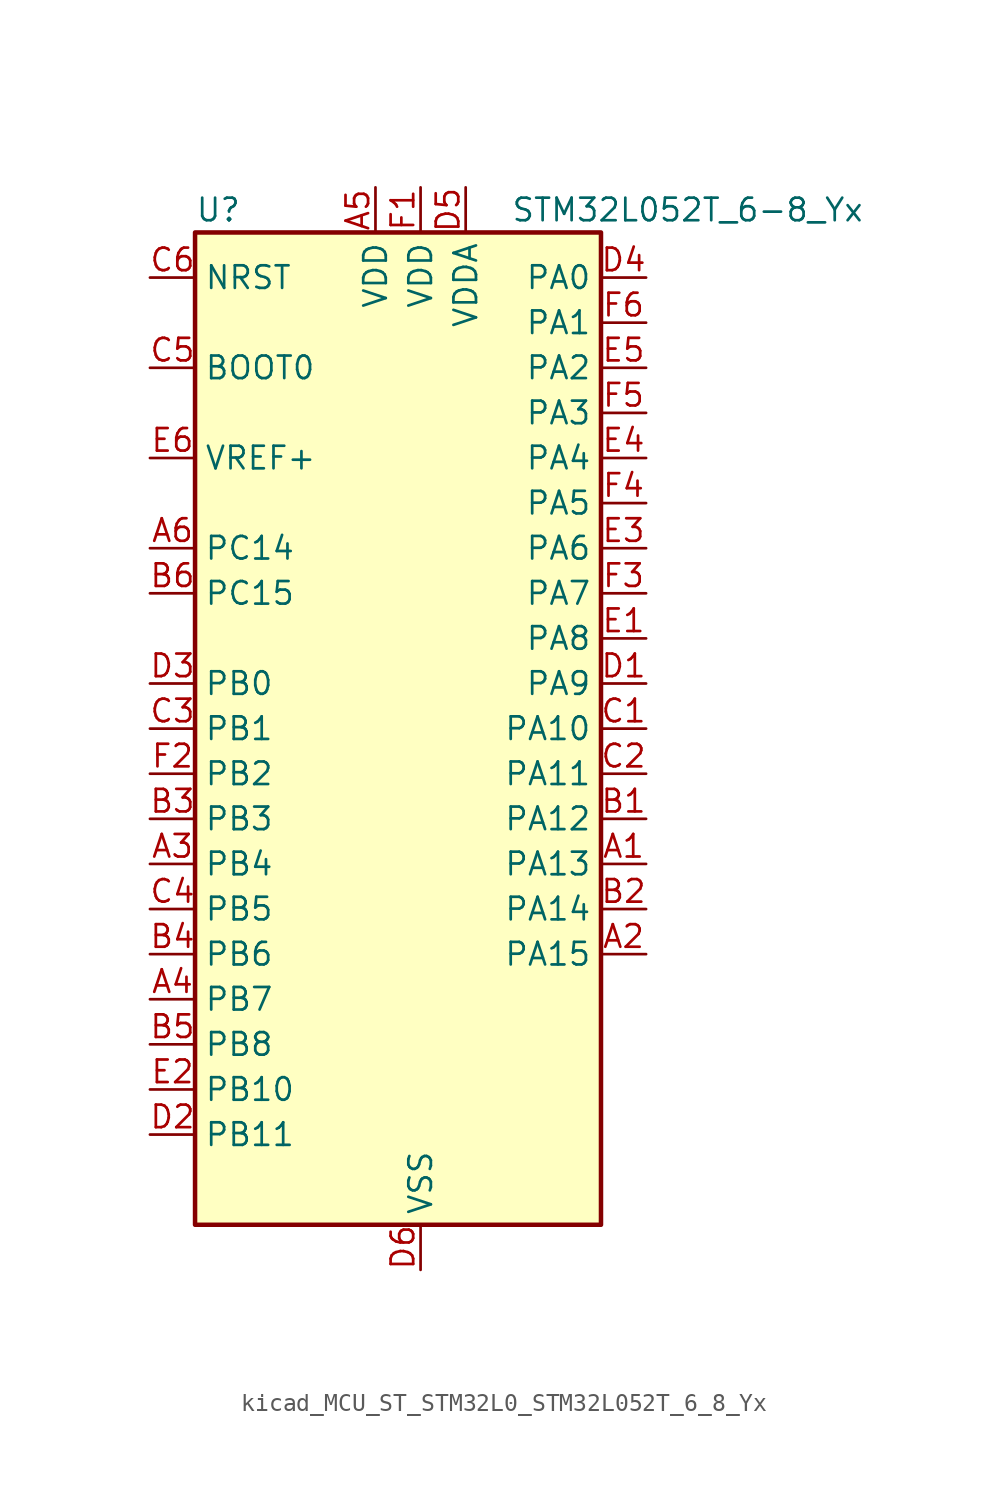
<source format=kicad_sym>
(kicad_symbol_lib
  (version 20220914)
  (generator kicad_symbol_editor)
  (symbol "kicad_MCU_ST_STM32L0_STM32L052T_6_8_Yx"
    (property "Reference" "U"
      (at -10.16 29.21 0)
      (effects (font (size 1.27 1.27)) (justify left)))
    (property "Value" "STM32L052T_6-8_Yx"
      (at 7.62 29.21 0)
      (effects (font (size 1.27 1.27)) (justify left)))
    (property "ki_locked" ""
      (at 0 0 0)
      (effects (font (size 1.27 1.27))))
    (symbol "kicad_MCU_ST_STM32L0_STM32L052T_6_8_Yx_0_1"
      (rectangle (start -10.16 -27.94) (end 12.7 27.94) (stroke (width 0.254) (type default)) (fill (type background))))
    (symbol "kicad_MCU_ST_STM32L0_STM32L052T_6_8_Yx_1_1"
      (pin bidirectional line (at 15.24 -7.62 180) (length 2.54) (name "PA13" (effects (font (size 1.27 1.27)))) (number "A1" (effects (font (size 1.27 1.27)))) (alternate "SYS_SWDIO" bidirectional line) (alternate "USB_NOE" bidirectional line))
      (pin bidirectional line (at 15.24 -12.7 180) (length 2.54) (name "PA15" (effects (font (size 1.27 1.27)))) (number "A2" (effects (font (size 1.27 1.27)))) (alternate "SPI1_NSS" bidirectional line) (alternate "TIM2_CH1" bidirectional line) (alternate "TIM2_ETR" bidirectional line) (alternate "USART2_RX" bidirectional line))
      (pin bidirectional line (at -12.7 -7.62 0) (length 2.54) (name "PB4" (effects (font (size 1.27 1.27)))) (number "A3" (effects (font (size 1.27 1.27)))) (alternate "COMP2_INP" bidirectional line) (alternate "SPI1_MISO" bidirectional line) (alternate "TIM22_CH1" bidirectional line) (alternate "TSC_G5_IO2" bidirectional line))
      (pin bidirectional line (at -12.7 -15.24 0) (length 2.54) (name "PB7" (effects (font (size 1.27 1.27)))) (number "A4" (effects (font (size 1.27 1.27)))) (alternate "COMP2_INP" bidirectional line) (alternate "I2C1_SDA" bidirectional line) (alternate "LPTIM1_IN2" bidirectional line) (alternate "SYS_PVD_IN" bidirectional line) (alternate "TSC_G5_IO4" bidirectional line) (alternate "USART1_RX" bidirectional line))
      (pin power_in line (at 0 30.48 270) (length 2.54) (name "VDD" (effects (font (size 1.27 1.27)))) (number "A5" (effects (font (size 1.27 1.27)))))
      (pin bidirectional line (at -12.7 10.16 0) (length 2.54) (name "PC14" (effects (font (size 1.27 1.27)))) (number "A6" (effects (font (size 1.27 1.27)))) (alternate "RCC_OSC32_IN" bidirectional line))
      (pin bidirectional line (at 15.24 -5.08 180) (length 2.54) (name "PA12" (effects (font (size 1.27 1.27)))) (number "B1" (effects (font (size 1.27 1.27)))) (alternate "COMP2_OUT" bidirectional line) (alternate "SPI1_MOSI" bidirectional line) (alternate "TSC_G4_IO4" bidirectional line) (alternate "USART1_DE" bidirectional line) (alternate "USART1_RTS" bidirectional line) (alternate "USB_DP" bidirectional line))
      (pin bidirectional line (at 15.24 -10.16 180) (length 2.54) (name "PA14" (effects (font (size 1.27 1.27)))) (number "B2" (effects (font (size 1.27 1.27)))) (alternate "SYS_SWCLK" bidirectional line) (alternate "USART2_TX" bidirectional line))
      (pin bidirectional line (at -12.7 -5.08 0) (length 2.54) (name "PB3" (effects (font (size 1.27 1.27)))) (number "B3" (effects (font (size 1.27 1.27)))) (alternate "COMP2_INM" bidirectional line) (alternate "SPI1_SCK" bidirectional line) (alternate "TIM2_CH2" bidirectional line) (alternate "TSC_G5_IO1" bidirectional line))
      (pin bidirectional line (at -12.7 -12.7 0) (length 2.54) (name "PB6" (effects (font (size 1.27 1.27)))) (number "B4" (effects (font (size 1.27 1.27)))) (alternate "COMP2_INP" bidirectional line) (alternate "I2C1_SCL" bidirectional line) (alternate "LPTIM1_ETR" bidirectional line) (alternate "TSC_G5_IO3" bidirectional line) (alternate "USART1_TX" bidirectional line))
      (pin bidirectional line (at -12.7 -17.78 0) (length 2.54) (name "PB8" (effects (font (size 1.27 1.27)))) (number "B5" (effects (font (size 1.27 1.27)))) (alternate "I2C1_SCL" bidirectional line) (alternate "TSC_SYNC" bidirectional line))
      (pin bidirectional line (at -12.7 7.62 0) (length 2.54) (name "PC15" (effects (font (size 1.27 1.27)))) (number "B6" (effects (font (size 1.27 1.27)))) (alternate "RCC_OSC32_OUT" bidirectional line))
      (pin bidirectional line (at 15.24 0 180) (length 2.54) (name "PA10" (effects (font (size 1.27 1.27)))) (number "C1" (effects (font (size 1.27 1.27)))) (alternate "TSC_G4_IO2" bidirectional line) (alternate "USART1_RX" bidirectional line))
      (pin bidirectional line (at 15.24 -2.54 180) (length 2.54) (name "PA11" (effects (font (size 1.27 1.27)))) (number "C2" (effects (font (size 1.27 1.27)))) (alternate "ADC_EXTI11" bidirectional line) (alternate "COMP1_OUT" bidirectional line) (alternate "SPI1_MISO" bidirectional line) (alternate "TSC_G4_IO3" bidirectional line) (alternate "USART1_CTS" bidirectional line) (alternate "USB_DM" bidirectional line))
      (pin bidirectional line (at -12.7 0 0) (length 2.54) (name "PB1" (effects (font (size 1.27 1.27)))) (number "C3" (effects (font (size 1.27 1.27)))) (alternate "ADC_IN9" bidirectional line) (alternate "LPUART1_DE" bidirectional line) (alternate "LPUART1_RTS" bidirectional line) (alternate "SYS_VREF_OUT_PB1" bidirectional line) (alternate "TSC_G3_IO3" bidirectional line))
      (pin bidirectional line (at -12.7 -10.16 0) (length 2.54) (name "PB5" (effects (font (size 1.27 1.27)))) (number "C4" (effects (font (size 1.27 1.27)))) (alternate "COMP2_INP" bidirectional line) (alternate "I2C1_SMBA" bidirectional line) (alternate "LPTIM1_IN1" bidirectional line) (alternate "SPI1_MOSI" bidirectional line) (alternate "TIM22_CH2" bidirectional line))
      (pin input line (at -12.7 20.32 0) (length 2.54) (name "BOOT0" (effects (font (size 1.27 1.27)))) (number "C5" (effects (font (size 1.27 1.27)))))
      (pin input line (at -12.7 25.4 0) (length 2.54) (name "NRST" (effects (font (size 1.27 1.27)))) (number "C6" (effects (font (size 1.27 1.27)))))
      (pin bidirectional line (at 15.24 2.54 180) (length 2.54) (name "PA9" (effects (font (size 1.27 1.27)))) (number "D1" (effects (font (size 1.27 1.27)))) (alternate "DAC_EXTI9" bidirectional line) (alternate "RCC_MCO" bidirectional line) (alternate "TSC_G4_IO1" bidirectional line) (alternate "USART1_TX" bidirectional line))
      (pin bidirectional line (at -12.7 -22.86 0) (length 2.54) (name "PB11" (effects (font (size 1.27 1.27)))) (number "D2" (effects (font (size 1.27 1.27)))) (alternate "ADC_EXTI11" bidirectional line) (alternate "I2C2_SDA" bidirectional line) (alternate "LPUART1_RX" bidirectional line) (alternate "TIM2_CH4" bidirectional line) (alternate "TSC_G6_IO1" bidirectional line))
      (pin bidirectional line (at -12.7 2.54 0) (length 2.54) (name "PB0" (effects (font (size 1.27 1.27)))) (number "D3" (effects (font (size 1.27 1.27)))) (alternate "ADC_IN8" bidirectional line) (alternate "SYS_VREF_OUT_PB0" bidirectional line) (alternate "TSC_G3_IO2" bidirectional line))
      (pin bidirectional line (at 15.24 25.4 180) (length 2.54) (name "PA0" (effects (font (size 1.27 1.27)))) (number "D4" (effects (font (size 1.27 1.27)))) (alternate "ADC_IN0" bidirectional line) (alternate "COMP1_INM" bidirectional line) (alternate "COMP1_OUT" bidirectional line) (alternate "RTC_TAMP2" bidirectional line) (alternate "SYS_WKUP1" bidirectional line) (alternate "TIM2_CH1" bidirectional line) (alternate "TIM2_ETR" bidirectional line) (alternate "TSC_G1_IO1" bidirectional line) (alternate "USART2_CTS" bidirectional line))
      (pin power_in line (at 5.08 30.48 270) (length 2.54) (name "VDDA" (effects (font (size 1.27 1.27)))) (number "D5" (effects (font (size 1.27 1.27)))))
      (pin power_in line (at 2.54 -30.48 90) (length 2.54) (name "VSS" (effects (font (size 1.27 1.27)))) (number "D6" (effects (font (size 1.27 1.27)))))
      (pin bidirectional line (at 15.24 5.08 180) (length 2.54) (name "PA8" (effects (font (size 1.27 1.27)))) (number "E1" (effects (font (size 1.27 1.27)))) (alternate "CRS_SYNC" bidirectional line) (alternate "RCC_MCO" bidirectional line) (alternate "USART1_CK" bidirectional line))
      (pin bidirectional line (at -12.7 -20.32 0) (length 2.54) (name "PB10" (effects (font (size 1.27 1.27)))) (number "E2" (effects (font (size 1.27 1.27)))) (alternate "I2C2_SCL" bidirectional line) (alternate "LPUART1_TX" bidirectional line) (alternate "TIM2_CH3" bidirectional line) (alternate "TSC_SYNC" bidirectional line))
      (pin bidirectional line (at 15.24 10.16 180) (length 2.54) (name "PA6" (effects (font (size 1.27 1.27)))) (number "E3" (effects (font (size 1.27 1.27)))) (alternate "ADC_IN6" bidirectional line) (alternate "COMP1_OUT" bidirectional line) (alternate "LPUART1_CTS" bidirectional line) (alternate "SPI1_MISO" bidirectional line) (alternate "TIM22_CH1" bidirectional line) (alternate "TSC_G2_IO3" bidirectional line))
      (pin bidirectional line (at 15.24 15.24 180) (length 2.54) (name "PA4" (effects (font (size 1.27 1.27)))) (number "E4" (effects (font (size 1.27 1.27)))) (alternate "ADC_IN4" bidirectional line) (alternate "COMP1_INM" bidirectional line) (alternate "COMP2_INM" bidirectional line) (alternate "DAC_OUT1" bidirectional line) (alternate "SPI1_NSS" bidirectional line) (alternate "TIM22_ETR" bidirectional line) (alternate "TSC_G2_IO1" bidirectional line) (alternate "USART2_CK" bidirectional line))
      (pin bidirectional line (at 15.24 20.32 180) (length 2.54) (name "PA2" (effects (font (size 1.27 1.27)))) (number "E5" (effects (font (size 1.27 1.27)))) (alternate "ADC_IN2" bidirectional line) (alternate "COMP2_INM" bidirectional line) (alternate "COMP2_OUT" bidirectional line) (alternate "TIM21_CH1" bidirectional line) (alternate "TIM2_CH3" bidirectional line) (alternate "TSC_G1_IO3" bidirectional line) (alternate "USART2_TX" bidirectional line))
      (pin input line (at -12.7 15.24 0) (length 2.54) (name "VREF+" (effects (font (size 1.27 1.27)))) (number "E6" (effects (font (size 1.27 1.27)))))
      (pin power_in line (at 2.54 30.48 270) (length 2.54) (name "VDD" (effects (font (size 1.27 1.27)))) (number "F1" (effects (font (size 1.27 1.27)))))
      (pin bidirectional line (at -12.7 -2.54 0) (length 2.54) (name "PB2" (effects (font (size 1.27 1.27)))) (number "F2" (effects (font (size 1.27 1.27)))) (alternate "LPTIM1_OUT" bidirectional line) (alternate "TSC_G3_IO4" bidirectional line))
      (pin bidirectional line (at 15.24 7.62 180) (length 2.54) (name "PA7" (effects (font (size 1.27 1.27)))) (number "F3" (effects (font (size 1.27 1.27)))) (alternate "ADC_IN7" bidirectional line) (alternate "COMP2_OUT" bidirectional line) (alternate "SPI1_MOSI" bidirectional line) (alternate "TIM22_CH2" bidirectional line) (alternate "TSC_G2_IO4" bidirectional line))
      (pin bidirectional line (at 15.24 12.7 180) (length 2.54) (name "PA5" (effects (font (size 1.27 1.27)))) (number "F4" (effects (font (size 1.27 1.27)))) (alternate "ADC_IN5" bidirectional line) (alternate "COMP1_INM" bidirectional line) (alternate "COMP2_INM" bidirectional line) (alternate "SPI1_SCK" bidirectional line) (alternate "TIM2_CH1" bidirectional line) (alternate "TIM2_ETR" bidirectional line) (alternate "TSC_G2_IO2" bidirectional line))
      (pin bidirectional line (at 15.24 17.78 180) (length 2.54) (name "PA3" (effects (font (size 1.27 1.27)))) (number "F5" (effects (font (size 1.27 1.27)))) (alternate "ADC_IN3" bidirectional line) (alternate "COMP2_INP" bidirectional line) (alternate "TIM21_CH2" bidirectional line) (alternate "TIM2_CH4" bidirectional line) (alternate "TSC_G1_IO4" bidirectional line) (alternate "USART2_RX" bidirectional line))
      (pin bidirectional line (at 15.24 22.86 180) (length 2.54) (name "PA1" (effects (font (size 1.27 1.27)))) (number "F6" (effects (font (size 1.27 1.27)))) (alternate "ADC_IN1" bidirectional line) (alternate "COMP1_INP" bidirectional line) (alternate "TIM21_ETR" bidirectional line) (alternate "TIM2_CH2" bidirectional line) (alternate "TSC_G1_IO2" bidirectional line) (alternate "USART2_DE" bidirectional line) (alternate "USART2_RTS" bidirectional line)))))
</source>
